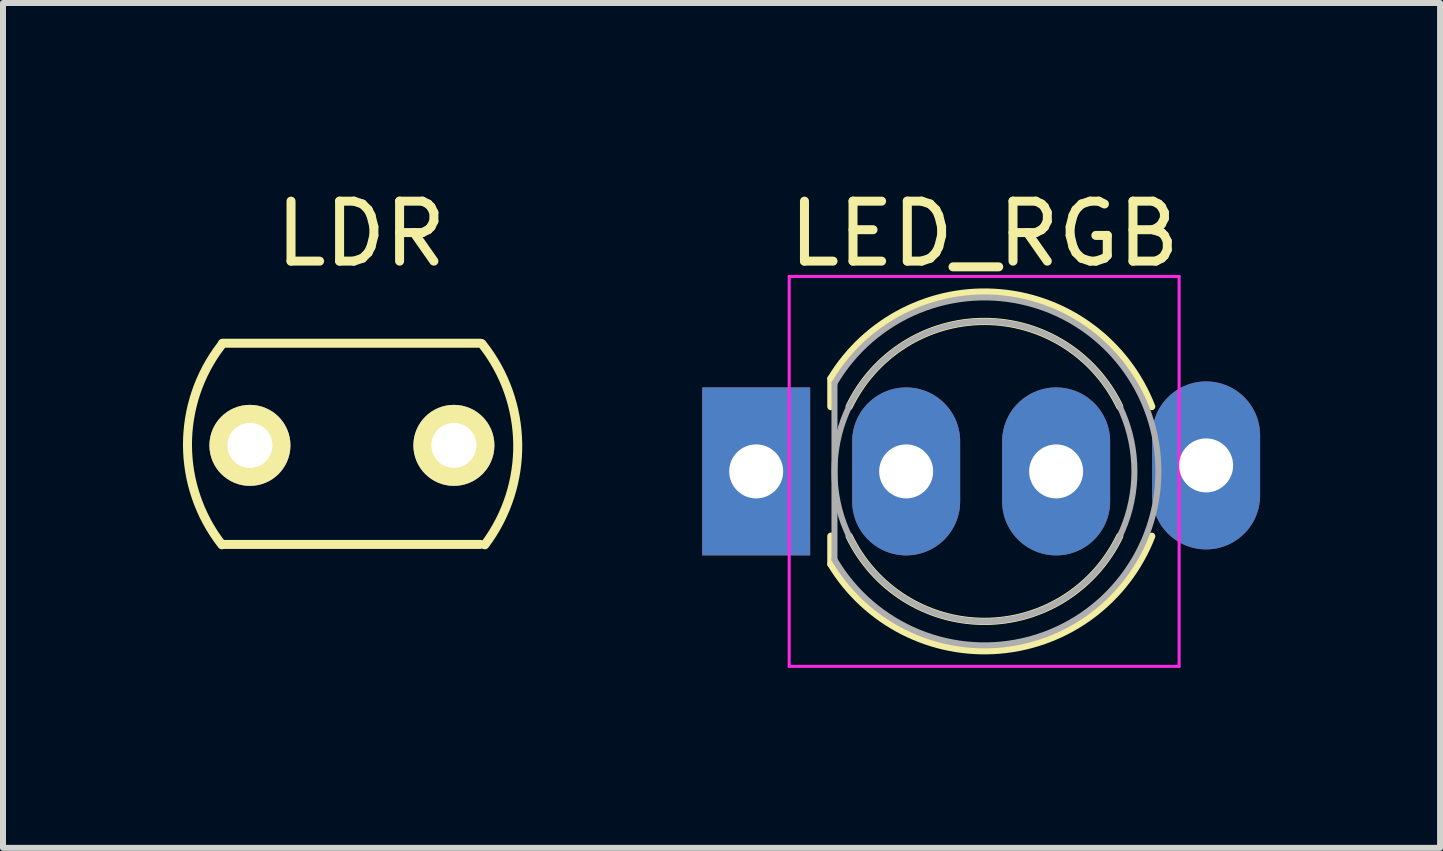
<source format=kicad_pcb>
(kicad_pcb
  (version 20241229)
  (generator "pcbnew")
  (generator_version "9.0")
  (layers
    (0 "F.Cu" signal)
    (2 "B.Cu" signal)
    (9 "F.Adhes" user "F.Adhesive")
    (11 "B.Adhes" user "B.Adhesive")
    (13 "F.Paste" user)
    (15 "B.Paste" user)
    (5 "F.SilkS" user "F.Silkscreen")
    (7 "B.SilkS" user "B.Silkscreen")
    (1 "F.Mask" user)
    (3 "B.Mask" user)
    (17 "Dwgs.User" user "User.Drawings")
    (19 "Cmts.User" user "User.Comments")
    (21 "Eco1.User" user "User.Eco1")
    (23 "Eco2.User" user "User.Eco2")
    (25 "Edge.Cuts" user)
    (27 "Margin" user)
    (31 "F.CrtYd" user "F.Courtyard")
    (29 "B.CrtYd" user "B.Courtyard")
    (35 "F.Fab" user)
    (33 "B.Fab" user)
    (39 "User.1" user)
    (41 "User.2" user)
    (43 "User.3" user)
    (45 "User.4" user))
  (footprint "LED_RGB"
    (layer "F.Cu")
    (at 11.455 4.808)
    (property "Reference" "LED_RGB" (at 1.905 -3.96 0) (layer "F.SilkS") (effects (font (size 1 1) (thickness 0.15))))
    (attr through_hole)
    (fp_line (start -0.655 -1.545) (end -0.655 -1.08) (stroke (width 0.12) (type solid)) (layer "F.SilkS"))
    (fp_line (start -0.655 1.08) (end -0.655 1.545) (stroke (width 0.12) (type solid)) (layer "F.SilkS"))
    (fp_arc (start -0.655 -1.54483) (mid 2.163456 -2.978809) (end 4.692815 -1.080827) (stroke (width 0.12) (type solid)) (layer "F.SilkS"))
    (fp_arc (start -0.349684 -1.08) (mid 1.904762 -2.5) (end 4.159479 -1.080429) (stroke (width 0.12) (type solid)) (layer "F.SilkS"))
    (fp_arc (start 4.159479 1.080429) (mid 1.904762 2.5) (end -0.349684 1.08) (stroke (width 0.12) (type solid)) (layer "F.SilkS"))
    (fp_arc (start 4.692815 1.080827) (mid 2.163456 2.978808) (end -0.655 1.54483) (stroke (width 0.12) (type solid)) (layer "F.SilkS"))
    (fp_line (start -1.35 -3.25) (end -1.35 3.25) (stroke (width 0.05) (type solid)) (layer "F.CrtYd"))
    (fp_line (start -1.35 3.25) (end 5.15 3.25) (stroke (width 0.05) (type solid)) (layer "F.CrtYd"))
    (fp_line (start 5.15 -3.25) (end -1.35 -3.25) (stroke (width 0.05) (type solid)) (layer "F.CrtYd"))
    (fp_line (start 5.15 3.25) (end 5.15 -3.25) (stroke (width 0.05) (type solid)) (layer "F.CrtYd"))
    (fp_line (start -0.595 -1.47) (end -0.595 1.47) (stroke (width 0.1) (type solid)) (layer "F.Fab"))
    (fp_arc (start -0.595 -1.469694) (mid 4.805 0.000016) (end -0.595016 1.469666) (stroke (width 0.1) (type solid)) (layer "F.Fab"))
    (fp_circle (center 1.905 0) (end 4.405 0) (stroke (width 0.1) (type solid)) (fill no) (layer "F.Fab"))
    (pad "1" thru_hole rect (at -1.9 0) (size 1.8 2.8) (drill 0.9) (layers "*.Cu" "*.Mask"))
    (pad "2" thru_hole oval (at 0.6 0) (size 1.8 2.8) (drill 0.9) (layers "*.Cu" "*.Mask"))
    (pad "3" thru_hole oval (at 3.1 0) (size 1.8 2.8) (drill 0.9) (layers "*.Cu" "*.Mask"))
    (pad "4" thru_hole oval (at 5.6 -0.1) (size 1.8 2.8) (drill 0.9) (layers "*.Cu" "*.Mask")))
  (footprint "LDR"
    (layer "F.Cu")
    (at 2.816 4.374)
    (property "Reference" "LDR" (at 0.152 -3.526 0) (layer "F.SilkS") (effects (font (size 1 1) (thickness 0.15))))
    (attr through_hole)
    (fp_line (start -2.159 -1.702) (end 2.141 -1.702) (stroke (width 0.15) (type solid)) (layer "F.SilkS"))
    (fp_line (start -2.159 1.651) (end 2.141 1.651) (stroke (width 0.15) (type solid)) (layer "F.SilkS"))
    (fp_arc (start -2.166426 1.657565) (mid -2.740852 -0.002812) (end -2.178533 -1.667328) (stroke (width 0.15) (type solid)) (layer "F.SilkS"))
    (fp_arc (start 2.166426 -1.695665) (mid 2.764178 -0.027313) (end 2.21542 1.657789) (stroke (width 0.15) (type solid)) (layer "F.SilkS"))
    (pad "1" thru_hole circle (at -1.7 0) (size 1.35 1.35) (drill 0.75) (layers "*.Cu" "*.Mask" "F.SilkS"))
    (pad "2" thru_hole circle (at 1.7 0) (size 1.35 1.35) (drill 0.75) (layers "*.Cu" "*.Mask" "F.SilkS")))
  (gr_rect
    (start -3 -3)
    (end 20.955 11.083)
    (stroke (width 0.1) (type default))
    (fill no)
    (layer "Edge.Cuts")))
</source>
